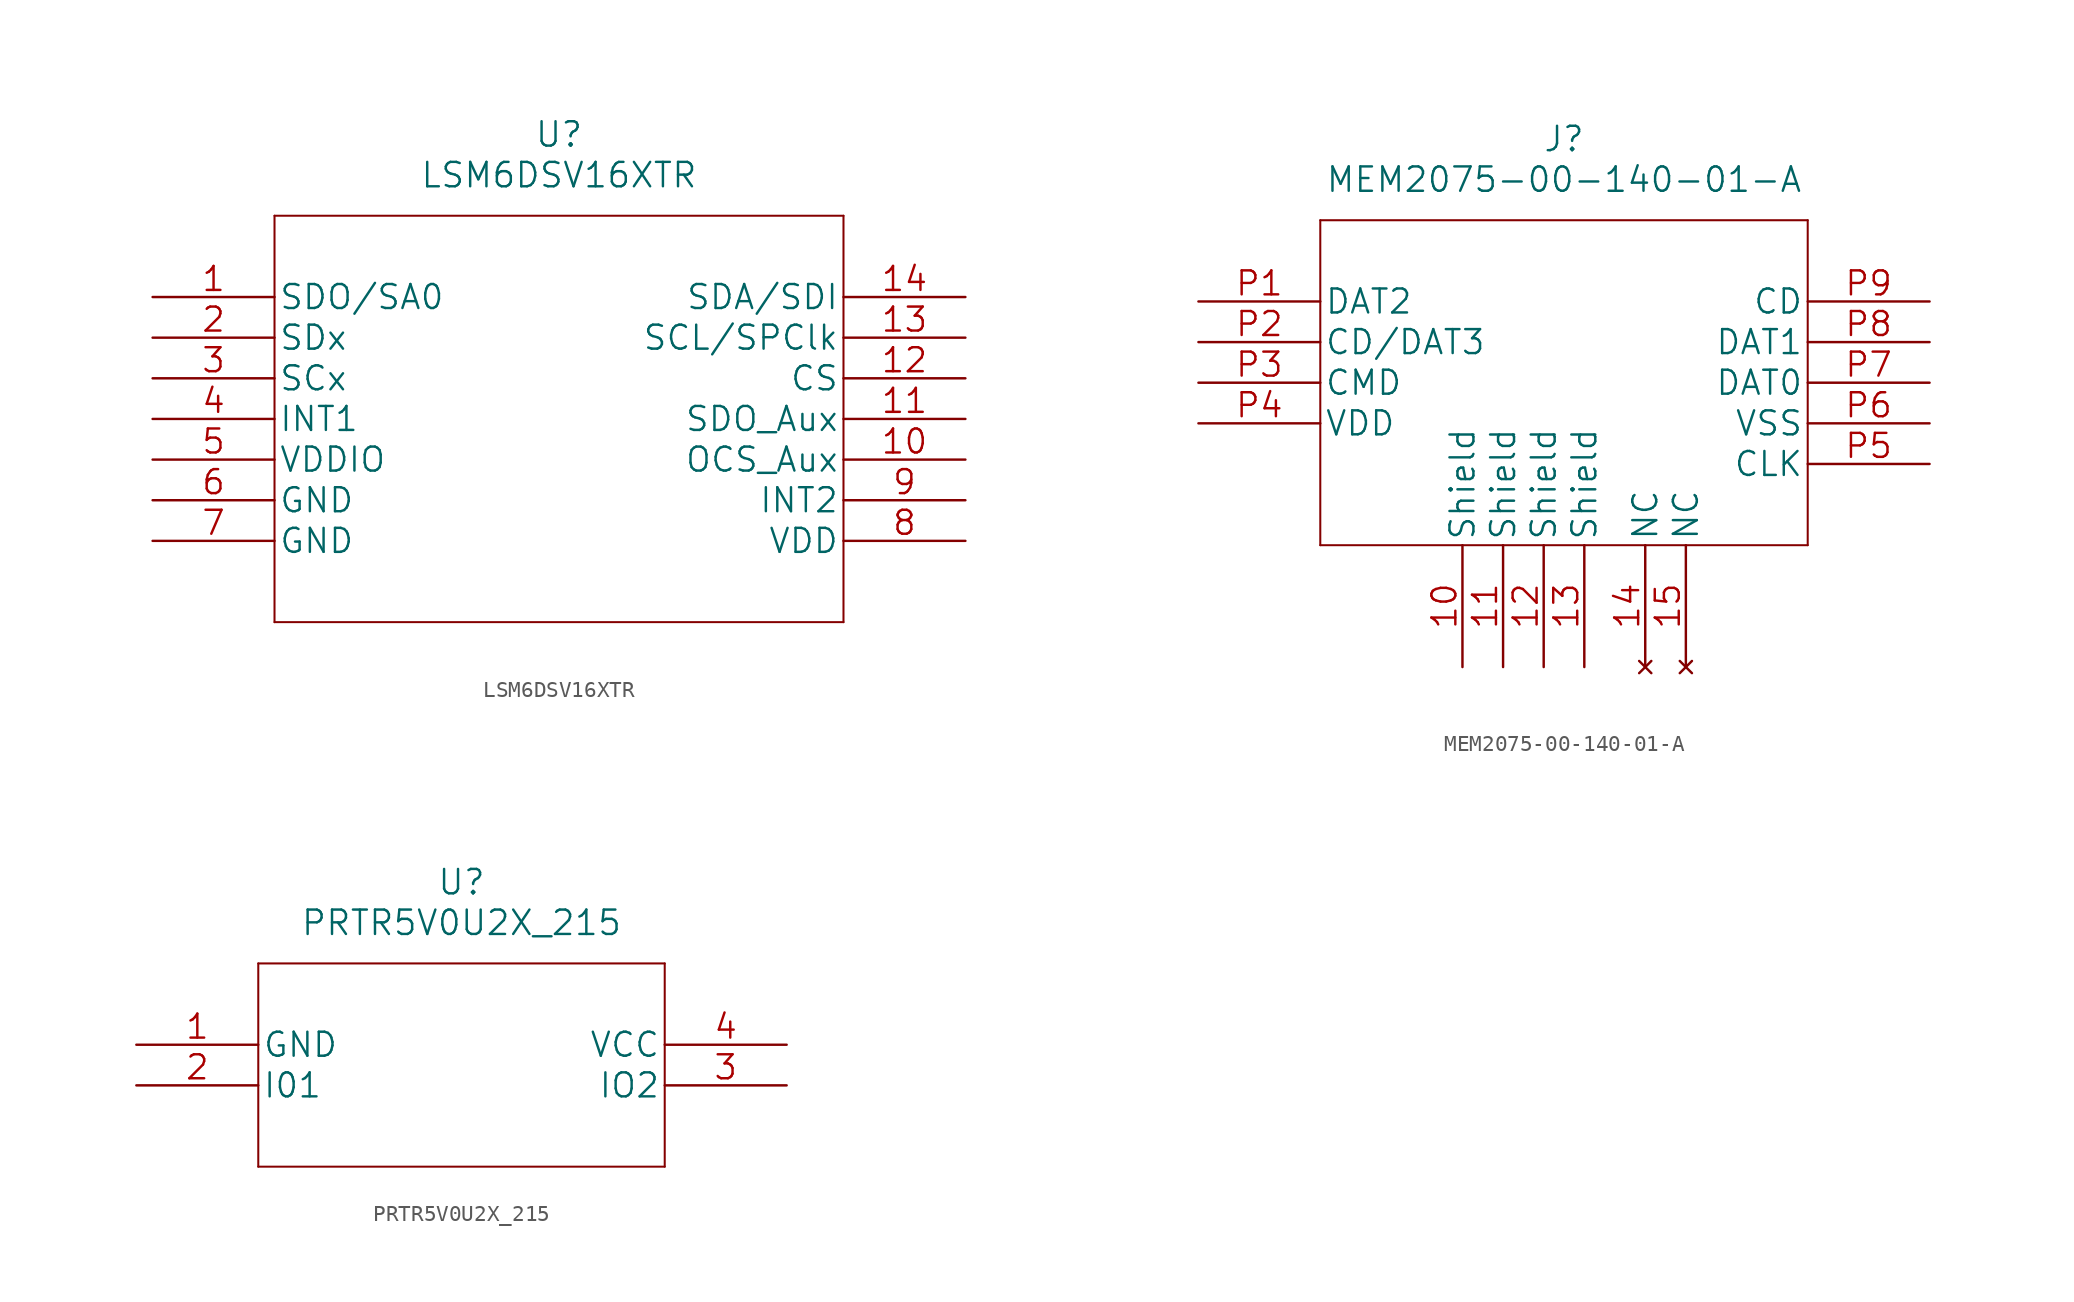
<source format=kicad_sym>
(kicad_symbol_lib
  (version 20211014)
  (generator kicad_symbol_editor)
  (symbol "LSM6DSV16XTR"
    (pin_names
      (offset 0.254))
    (property "Reference" "U"
      (at 25.4 10.16 0)
      (effects (font (size 1.524 1.524))))
    (property "Value" "LSM6DSV16XTR"
      (at 25.4 7.62 0)
      (effects (font (size 1.524 1.524))))
    (property "Datasheet" ""
      (at 0 0 0)
      (effects (font (size 1.524 1.524))))
    (property "ki_locked" ""
      (at 0 0 0)
      (effects (font (size 1.27 1.27))))
    (symbol "LSM6DSV16XTR_1_1"
      (polyline (pts (xy 7.62 -20.32) (xy 43.18 -20.32)) (stroke (width 0.127) (type default) (color 0 0 0 0)) (fill (type none)))
      (polyline (pts (xy 7.62 5.08) (xy 7.62 -20.32)) (stroke (width 0.127) (type default) (color 0 0 0 0)) (fill (type none)))
      (polyline (pts (xy 43.18 -20.32) (xy 43.18 5.08)) (stroke (width 0.127) (type default) (color 0 0 0 0)) (fill (type none)))
      (polyline (pts (xy 43.18 5.08) (xy 7.62 5.08)) (stroke (width 0.127) (type default) (color 0 0 0 0)) (fill (type none)))
      (pin bidirectional line (at 0 0 0) (length 7.62) (name "SDO/SA0" (effects (font (size 1.499 1.499)))) (number "1" (effects (font (size 1.499 1.499)))))
      (pin bidirectional line (at 50.8 -10.16 180) (length 7.62) (name "OCS_Aux" (effects (font (size 1.499 1.499)))) (number "10" (effects (font (size 1.499 1.499)))))
      (pin bidirectional line (at 50.8 -7.62 180) (length 7.62) (name "SDO_Aux" (effects (font (size 1.499 1.499)))) (number "11" (effects (font (size 1.499 1.499)))))
      (pin input line (at 50.8 -5.08 180) (length 7.62) (name "CS" (effects (font (size 1.499 1.499)))) (number "12" (effects (font (size 1.499 1.499)))))
      (pin input line (at 50.8 -2.54 180) (length 7.62) (name "SCL/SPClk" (effects (font (size 1.499 1.499)))) (number "13" (effects (font (size 1.499 1.499)))))
      (pin bidirectional line (at 50.8 0 180) (length 7.62) (name "SDA/SDI" (effects (font (size 1.499 1.499)))) (number "14" (effects (font (size 1.499 1.499)))))
      (pin input line (at 0 -2.54 0) (length 7.62) (name "SDx" (effects (font (size 1.499 1.499)))) (number "2" (effects (font (size 1.499 1.499)))))
      (pin input line (at 0 -5.08 0) (length 7.62) (name "SCx" (effects (font (size 1.499 1.499)))) (number "3" (effects (font (size 1.499 1.499)))))
      (pin output line (at 0 -7.62 0) (length 7.62) (name "INT1" (effects (font (size 1.499 1.499)))) (number "4" (effects (font (size 1.499 1.499)))))
      (pin power_in line (at 0 -10.16 0) (length 7.62) (name "VDDIO" (effects (font (size 1.499 1.499)))) (number "5" (effects (font (size 1.499 1.499)))))
      (pin power_in line (at 0 -12.7 0) (length 7.62) (name "GND" (effects (font (size 1.499 1.499)))) (number "6" (effects (font (size 1.499 1.499)))))
      (pin power_in line (at 0 -15.24 0) (length 7.62) (name "GND" (effects (font (size 1.499 1.499)))) (number "7" (effects (font (size 1.499 1.499)))))
      (pin power_in line (at 50.8 -15.24 180) (length 7.62) (name "VDD" (effects (font (size 1.499 1.499)))) (number "8" (effects (font (size 1.499 1.499)))))
      (pin output line (at 50.8 -12.7 180) (length 7.62) (name "INT2" (effects (font (size 1.499 1.499)))) (number "9" (effects (font (size 1.499 1.499)))))))
  (symbol "MEM2075-00-140-01-A"
    (pin_names
      (offset 0.254))
    (property "Reference" "J"
      (at 22.86 10.16 0)
      (effects (font (size 1.524 1.524))))
    (property "Value" "MEM2075-00-140-01-A"
      (at 22.86 7.62 0)
      (effects (font (size 1.524 1.524))))
    (property "Datasheet" ""
      (at 0 0 0)
      (effects (font (size 1.524 1.524))))
    (symbol "MEM2075-00-140-01-A_1_1"
      (polyline (pts (xy 7.62 -15.24) (xy 38.1 -15.24)) (stroke (width 0.127) (type default) (color 0 0 0 0)) (fill (type none)))
      (polyline (pts (xy 7.62 5.08) (xy 7.62 -15.24)) (stroke (width 0.127) (type default) (color 0 0 0 0)) (fill (type none)))
      (polyline (pts (xy 38.1 -15.24) (xy 38.1 5.08)) (stroke (width 0.127) (type default) (color 0 0 0 0)) (fill (type background)))
      (polyline (pts (xy 38.1 5.08) (xy 7.62 5.08)) (stroke (width 0.127) (type default) (color 0 0 0 0)) (fill (type none)))
      (pin power_in line (at 16.51 -22.86 90) (length 7.62) (name "Shield" (effects (font (size 1.499 1.499)))) (number "10" (effects (font (size 1.499 1.499)))))
      (pin power_in line (at 19.05 -22.86 90) (length 7.62) (name "Shield" (effects (font (size 1.499 1.499)))) (number "11" (effects (font (size 1.499 1.499)))))
      (pin power_in line (at 21.59 -22.86 90) (length 7.62) (name "Shield" (effects (font (size 1.499 1.499)))) (number "12" (effects (font (size 1.499 1.499)))))
      (pin power_in line (at 24.13 -22.86 90) (length 7.62) (name "Shield" (effects (font (size 1.499 1.499)))) (number "13" (effects (font (size 1.499 1.499)))))
      (pin no_connect line (at 27.94 -22.86 90) (length 7.62) (name "NC" (effects (font (size 1.499 1.499)))) (number "14" (effects (font (size 1.499 1.499)))))
      (pin no_connect line (at 30.48 -22.86 90) (length 7.62) (name "NC" (effects (font (size 1.499 1.499)))) (number "15" (effects (font (size 1.499 1.499)))))
      (pin bidirectional line (at 0 0 0) (length 7.62) (name "DAT2" (effects (font (size 1.499 1.499)))) (number "P1" (effects (font (size 1.499 1.499)))))
      (pin bidirectional line (at 0 -2.54 0) (length 7.62) (name "CD/DAT3" (effects (font (size 1.499 1.499)))) (number "P2" (effects (font (size 1.499 1.499)))))
      (pin bidirectional line (at 0 -5.08 0) (length 7.62) (name "CMD" (effects (font (size 1.499 1.499)))) (number "P3" (effects (font (size 1.499 1.499)))))
      (pin power_in line (at 0 -7.62 0) (length 7.62) (name "VDD" (effects (font (size 1.499 1.499)))) (number "P4" (effects (font (size 1.499 1.499)))))
      (pin input line (at 45.72 -10.16 180) (length 7.62) (name "CLK" (effects (font (size 1.499 1.499)))) (number "P5" (effects (font (size 1.499 1.499)))))
      (pin power_in line (at 45.72 -7.62 180) (length 7.62) (name "VSS" (effects (font (size 1.499 1.499)))) (number "P6" (effects (font (size 1.499 1.499)))))
      (pin bidirectional line (at 45.72 -5.08 180) (length 7.62) (name "DAT0" (effects (font (size 1.499 1.499)))) (number "P7" (effects (font (size 1.499 1.499)))))
      (pin bidirectional line (at 45.72 -2.54 180) (length 7.62) (name "DAT1" (effects (font (size 1.499 1.499)))) (number "P8" (effects (font (size 1.499 1.499)))))
      (pin bidirectional line (at 45.72 0 180) (length 7.62) (name "CD" (effects (font (size 1.499 1.499)))) (number "P9" (effects (font (size 1.499 1.499)))))))
  (symbol "PRTR5V0U2X_215"
    (pin_names
      (offset 0.254))
    (property "Reference" "U"
      (at 20.32 10.16 0)
      (effects (font (size 1.524 1.524))))
    (property "Value" "PRTR5V0U2X_215"
      (at 20.32 7.62 0)
      (effects (font (size 1.524 1.524))))
    (property "Datasheet" ""
      (at 0 0 0)
      (effects (font (size 1.524 1.524))))
    (symbol "PRTR5V0U2X_215_1_1"
      (polyline (pts (xy 7.62 -7.62) (xy 33.02 -7.62)) (stroke (width 0.127) (type default) (color 0 0 0 0)) (fill (type none)))
      (polyline (pts (xy 7.62 5.08) (xy 7.62 -7.62)) (stroke (width 0.127) (type default) (color 0 0 0 0)) (fill (type none)))
      (polyline (pts (xy 33.02 -7.62) (xy 33.02 5.08)) (stroke (width 0.127) (type default) (color 0 0 0 0)) (fill (type none)))
      (polyline (pts (xy 33.02 5.08) (xy 7.62 5.08)) (stroke (width 0.127) (type default) (color 0 0 0 0)) (fill (type none)))
      (pin power_in line (at 0 0 0) (length 7.62) (name "GND" (effects (font (size 1.499 1.499)))) (number "1" (effects (font (size 1.499 1.499)))))
      (pin bidirectional line (at 0 -2.54 0) (length 7.62) (name "I01" (effects (font (size 1.499 1.499)))) (number "2" (effects (font (size 1.499 1.499)))))
      (pin bidirectional line (at 40.64 -2.54 180) (length 7.62) (name "IO2" (effects (font (size 1.499 1.499)))) (number "3" (effects (font (size 1.499 1.499)))))
      (pin power_in line (at 40.64 0 180) (length 7.62) (name "VCC" (effects (font (size 1.499 1.499)))) (number "4" (effects (font (size 1.499 1.499))))))))
</source>
